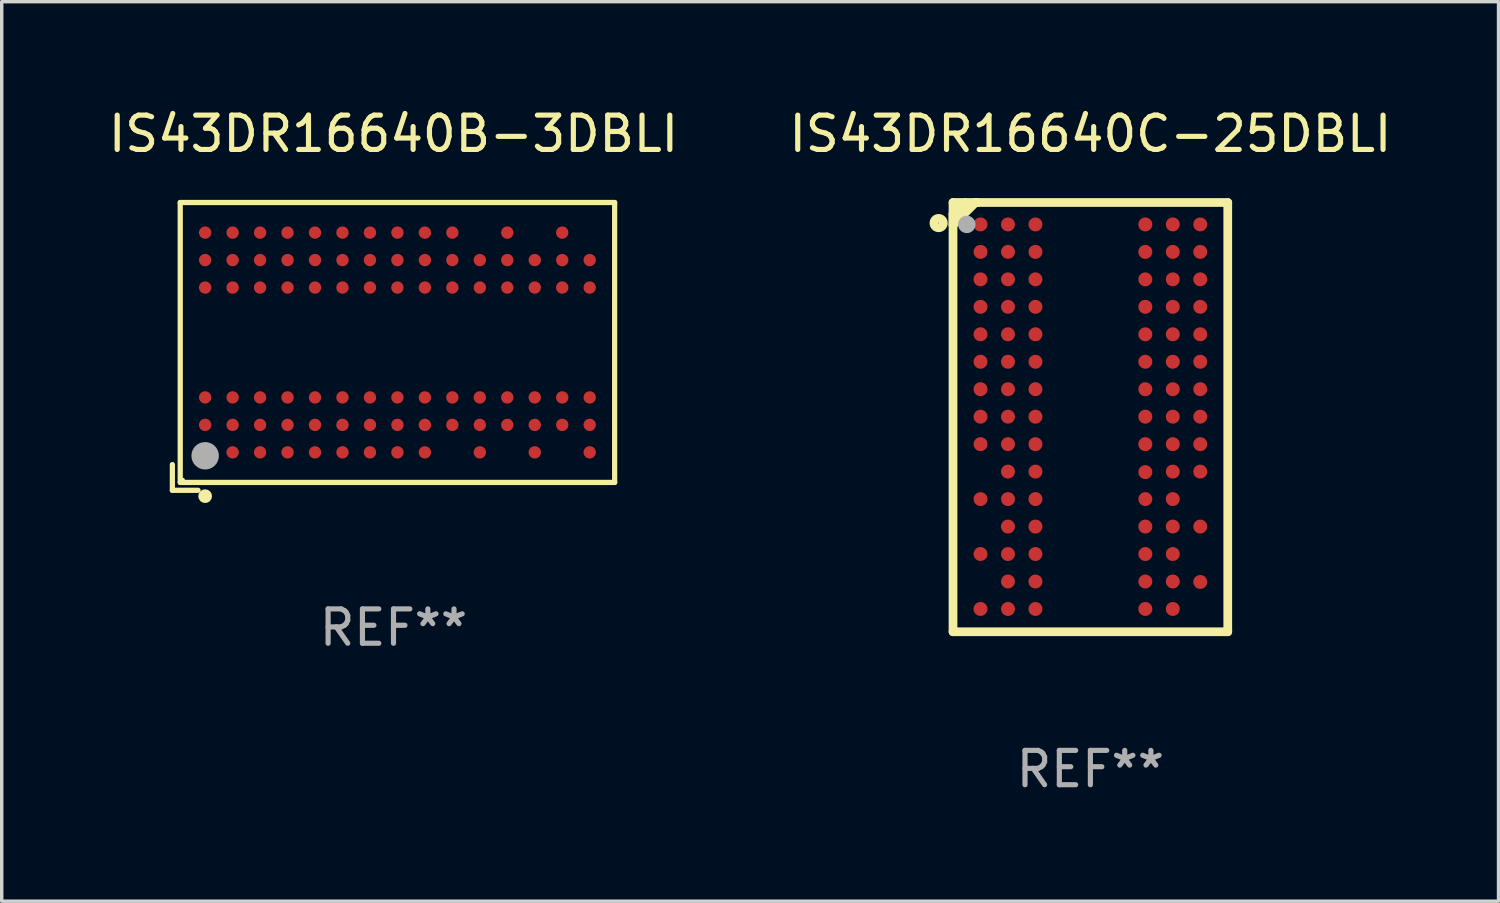
<source format=kicad_pcb>
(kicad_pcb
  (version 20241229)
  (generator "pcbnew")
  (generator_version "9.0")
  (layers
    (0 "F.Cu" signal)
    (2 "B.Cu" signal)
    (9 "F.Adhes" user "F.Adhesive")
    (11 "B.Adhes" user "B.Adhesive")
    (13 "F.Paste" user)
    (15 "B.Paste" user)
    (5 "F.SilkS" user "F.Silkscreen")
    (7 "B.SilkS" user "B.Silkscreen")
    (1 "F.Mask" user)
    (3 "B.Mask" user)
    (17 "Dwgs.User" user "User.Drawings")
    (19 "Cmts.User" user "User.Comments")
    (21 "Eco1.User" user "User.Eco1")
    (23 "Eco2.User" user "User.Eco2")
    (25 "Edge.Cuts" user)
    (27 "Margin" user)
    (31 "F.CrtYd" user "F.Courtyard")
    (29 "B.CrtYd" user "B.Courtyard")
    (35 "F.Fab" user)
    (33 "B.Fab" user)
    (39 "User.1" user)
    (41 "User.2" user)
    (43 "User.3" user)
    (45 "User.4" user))
  (footprint "IS43DR16640C-25DBLI"
    (layer "F.Cu")
    (at 28.708 9.099)
    (property "Reference" "IS43DR16640C-25DBLI" (at 0 -8.251 0) (layer "F.SilkS") (effects (font (size 1 1) (thickness 0.15))))
    (attr through_hole)
    (fp_line (start -4.001 -6.251) (end -4.001 6.251) (stroke (width 0.254) (type solid)) (layer "F.SilkS"))
    (fp_line (start -4.001 -5.918) (end -3.981 -5.918) (stroke (width 0.254) (type solid)) (layer "F.SilkS"))
    (fp_line (start -4.001 -5.598) (end -4.001 -5.918) (stroke (width 0.254) (type solid)) (layer "F.SilkS"))
    (fp_line (start -4.001 6.251) (end 4.001 6.251) (stroke (width 0.254) (type solid)) (layer "F.SilkS"))
    (fp_line (start -3.981 -5.918) (end -3.647 -6.251) (stroke (width 0.254) (type solid)) (layer "F.SilkS"))
    (fp_line (start -3.347 -6.251) (end -4.001 -5.598) (stroke (width 0.254) (type solid)) (layer "F.SilkS"))
    (fp_line (start -3.291 -6.251) (end -3.347 -6.251) (stroke (width 0.254) (type solid)) (layer "F.SilkS"))
    (fp_line (start 4.001 -6.251) (end -4.001 -6.251) (stroke (width 0.254) (type solid)) (layer "F.SilkS"))
    (fp_line (start 4.001 6.251) (end 4.001 -6.251) (stroke (width 0.254) (type solid)) (layer "F.SilkS"))
    (fp_circle (center -4.42 -5.652) (end -4.283 -5.652) (stroke (width 0.254) (type solid)) (fill no) (layer "F.SilkS"))
    (fp_circle (center -4 -6.263) (end -3.97 -6.263) (stroke (width 0.06) (type solid)) (fill no) (layer "F.SilkS"))
    (fp_circle (center -3.6 -5.613) (end -3.473 -5.613) (stroke (width 0.254) (type solid)) (fill no) (layer "F.Fab"))
    (fp_text user "REF**" (at 0 10.251 0) (layer "F.Fab") (effects (font (size 1 1) (thickness 0.15))))
    (pad "A1" smd circle (at -3.2 -5.613) (size 0.406 0.406) (layers "F.Cu" "F.Mask" "F.Paste"))
    (pad "A2" smd circle (at -2.4 -5.613) (size 0.406 0.406) (layers "F.Cu" "F.Mask" "F.Paste"))
    (pad "A3" smd circle (at -1.6 -5.613) (size 0.406 0.406) (layers "F.Cu" "F.Mask" "F.Paste"))
    (pad "A7" smd circle (at 1.6 -5.613) (size 0.406 0.406) (layers "F.Cu" "F.Mask" "F.Paste"))
    (pad "A8" smd circle (at 2.4 -5.613) (size 0.406 0.406) (layers "F.Cu" "F.Mask" "F.Paste"))
    (pad "A9" smd circle (at 3.2 -5.613) (size 0.406 0.406) (layers "F.Cu" "F.Mask" "F.Paste"))
    (pad "B1" smd circle (at -3.2 -4.813) (size 0.406 0.406) (layers "F.Cu" "F.Mask" "F.Paste"))
    (pad "B2" smd circle (at -2.4 -4.813) (size 0.406 0.406) (layers "F.Cu" "F.Mask" "F.Paste"))
    (pad "B3" smd circle (at -1.6 -4.813) (size 0.406 0.406) (layers "F.Cu" "F.Mask" "F.Paste"))
    (pad "B7" smd circle (at 1.6 -4.813) (size 0.406 0.406) (layers "F.Cu" "F.Mask" "F.Paste"))
    (pad "B8" smd circle (at 2.4 -4.813) (size 0.406 0.406) (layers "F.Cu" "F.Mask" "F.Paste"))
    (pad "B9" smd circle (at 3.2 -4.813) (size 0.406 0.406) (layers "F.Cu" "F.Mask" "F.Paste"))
    (pad "C1" smd circle (at -3.2 -4.013) (size 0.406 0.406) (layers "F.Cu" "F.Mask" "F.Paste"))
    (pad "C2" smd circle (at -2.4 -4.013) (size 0.406 0.406) (layers "F.Cu" "F.Mask" "F.Paste"))
    (pad "C3" smd circle (at -1.6 -4.013) (size 0.406 0.406) (layers "F.Cu" "F.Mask" "F.Paste"))
    (pad "C7" smd circle (at 1.6 -4.013) (size 0.406 0.406) (layers "F.Cu" "F.Mask" "F.Paste"))
    (pad "C8" smd circle (at 2.4 -4.013) (size 0.406 0.406) (layers "F.Cu" "F.Mask" "F.Paste"))
    (pad "C9" smd circle (at 3.2 -4.013) (size 0.406 0.406) (layers "F.Cu" "F.Mask" "F.Paste"))
    (pad "D1" smd circle (at -3.2 -3.213) (size 0.406 0.406) (layers "F.Cu" "F.Mask" "F.Paste"))
    (pad "D2" smd circle (at -2.4 -3.213) (size 0.406 0.406) (layers "F.Cu" "F.Mask" "F.Paste"))
    (pad "D3" smd circle (at -1.6 -3.213) (size 0.406 0.406) (layers "F.Cu" "F.Mask" "F.Paste"))
    (pad "D7" smd circle (at 1.6 -3.213) (size 0.406 0.406) (layers "F.Cu" "F.Mask" "F.Paste"))
    (pad "D8" smd circle (at 2.4 -3.213) (size 0.406 0.406) (layers "F.Cu" "F.Mask" "F.Paste"))
    (pad "D9" smd circle (at 3.2 -3.213) (size 0.406 0.406) (layers "F.Cu" "F.Mask" "F.Paste"))
    (pad "E1" smd circle (at -3.2 -2.413) (size 0.406 0.406) (layers "F.Cu" "F.Mask" "F.Paste"))
    (pad "E2" smd circle (at -2.4 -2.413) (size 0.406 0.406) (layers "F.Cu" "F.Mask" "F.Paste"))
    (pad "E3" smd circle (at -1.6 -2.413) (size 0.406 0.406) (layers "F.Cu" "F.Mask" "F.Paste"))
    (pad "E7" smd circle (at 1.6 -2.413) (size 0.406 0.406) (layers "F.Cu" "F.Mask" "F.Paste"))
    (pad "E8" smd circle (at 2.4 -2.413) (size 0.406 0.406) (layers "F.Cu" "F.Mask" "F.Paste"))
    (pad "E9" smd circle (at 3.2 -2.413) (size 0.406 0.406) (layers "F.Cu" "F.Mask" "F.Paste"))
    (pad "F1" smd circle (at -3.2 -1.613) (size 0.406 0.406) (layers "F.Cu" "F.Mask" "F.Paste"))
    (pad "F2" smd circle (at -2.4 -1.613) (size 0.406 0.406) (layers "F.Cu" "F.Mask" "F.Paste"))
    (pad "F3" smd circle (at -1.6 -1.613) (size 0.406 0.406) (layers "F.Cu" "F.Mask" "F.Paste"))
    (pad "F7" smd circle (at 1.6 -1.613) (size 0.406 0.406) (layers "F.Cu" "F.Mask" "F.Paste"))
    (pad "F8" smd circle (at 2.4 -1.613) (size 0.406 0.406) (layers "F.Cu" "F.Mask" "F.Paste"))
    (pad "F9" smd circle (at 3.2 -1.613) (size 0.406 0.406) (layers "F.Cu" "F.Mask" "F.Paste"))
    (pad "G1" smd circle (at -3.2 -0.813) (size 0.406 0.406) (layers "F.Cu" "F.Mask" "F.Paste"))
    (pad "G2" smd circle (at -2.4 -0.813) (size 0.406 0.406) (layers "F.Cu" "F.Mask" "F.Paste"))
    (pad "G3" smd circle (at -1.6 -0.813) (size 0.406 0.406) (layers "F.Cu" "F.Mask" "F.Paste"))
    (pad "G7" smd circle (at 1.6 -0.813) (size 0.406 0.406) (layers "F.Cu" "F.Mask" "F.Paste"))
    (pad "G8" smd circle (at 2.4 -0.813) (size 0.406 0.406) (layers "F.Cu" "F.Mask" "F.Paste"))
    (pad "G9" smd circle (at 3.2 -0.813) (size 0.406 0.406) (layers "F.Cu" "F.Mask" "F.Paste"))
    (pad "H1" smd circle (at -3.2 -0.013) (size 0.406 0.406) (layers "F.Cu" "F.Mask" "F.Paste"))
    (pad "H2" smd circle (at -2.4 -0.013) (size 0.406 0.406) (layers "F.Cu" "F.Mask" "F.Paste"))
    (pad "H3" smd circle (at -1.6 -0.013) (size 0.406 0.406) (layers "F.Cu" "F.Mask" "F.Paste"))
    (pad "H7" smd circle (at 1.6 -0.013) (size 0.406 0.406) (layers "F.Cu" "F.Mask" "F.Paste"))
    (pad "H8" smd circle (at 2.4 -0.013) (size 0.406 0.406) (layers "F.Cu" "F.Mask" "F.Paste"))
    (pad "H9" smd circle (at 3.2 -0.013) (size 0.406 0.406) (layers "F.Cu" "F.Mask" "F.Paste"))
    (pad "J1" smd circle (at -3.2 0.787) (size 0.406 0.406) (layers "F.Cu" "F.Mask" "F.Paste"))
    (pad "J2" smd circle (at -2.4 0.787) (size 0.406 0.406) (layers "F.Cu" "F.Mask" "F.Paste"))
    (pad "J3" smd circle (at -1.6 0.787) (size 0.406 0.406) (layers "F.Cu" "F.Mask" "F.Paste"))
    (pad "J7" smd circle (at 1.6 0.787) (size 0.406 0.406) (layers "F.Cu" "F.Mask" "F.Paste"))
    (pad "J8" smd circle (at 2.4 0.787) (size 0.406 0.406) (layers "F.Cu" "F.Mask" "F.Paste"))
    (pad "J9" smd circle (at 3.2 0.787) (size 0.406 0.406) (layers "F.Cu" "F.Mask" "F.Paste"))
    (pad "K2" smd circle (at -2.4 1.587) (size 0.406 0.406) (layers "F.Cu" "F.Mask" "F.Paste"))
    (pad "K3" smd circle (at -1.6 1.587) (size 0.406 0.406) (layers "F.Cu" "F.Mask" "F.Paste"))
    (pad "K7" smd circle (at 1.6 1.6) (size 0.406 0.406) (layers "F.Cu" "F.Mask" "F.Paste"))
    (pad "K8" smd circle (at 2.4 1.587) (size 0.406 0.406) (layers "F.Cu" "F.Mask" "F.Paste"))
    (pad "K9" smd circle (at 3.2 1.587) (size 0.406 0.406) (layers "F.Cu" "F.Mask" "F.Paste"))
    (pad "L1" smd circle (at -3.2 2.388) (size 0.406 0.406) (layers "F.Cu" "F.Mask" "F.Paste"))
    (pad "L2" smd circle (at -2.4 2.387) (size 0.406 0.406) (layers "F.Cu" "F.Mask" "F.Paste"))
    (pad "L3" smd circle (at -1.6 2.387) (size 0.406 0.406) (layers "F.Cu" "F.Mask" "F.Paste"))
    (pad "L7" smd circle (at 1.6 2.387) (size 0.406 0.406) (layers "F.Cu" "F.Mask" "F.Paste"))
    (pad "L8" smd circle (at 2.4 2.387) (size 0.406 0.406) (layers "F.Cu" "F.Mask" "F.Paste"))
    (pad "M2" smd circle (at -2.4 3.187) (size 0.406 0.406) (layers "F.Cu" "F.Mask" "F.Paste"))
    (pad "M3" smd circle (at -1.6 3.187) (size 0.406 0.406) (layers "F.Cu" "F.Mask" "F.Paste"))
    (pad "M7" smd circle (at 1.6 3.187) (size 0.406 0.406) (layers "F.Cu" "F.Mask" "F.Paste"))
    (pad "M8" smd circle (at 2.4 3.187) (size 0.406 0.406) (layers "F.Cu" "F.Mask" "F.Paste"))
    (pad "M9" smd circle (at 3.2 3.187) (size 0.406 0.406) (layers "F.Cu" "F.Mask" "F.Paste"))
    (pad "N1" smd circle (at -3.2 3.987) (size 0.406 0.406) (layers "F.Cu" "F.Mask" "F.Paste"))
    (pad "N2" smd circle (at -2.4 3.987) (size 0.406 0.406) (layers "F.Cu" "F.Mask" "F.Paste"))
    (pad "N3" smd circle (at -1.6 3.987) (size 0.406 0.406) (layers "F.Cu" "F.Mask" "F.Paste"))
    (pad "N7" smd circle (at 1.6 3.987) (size 0.406 0.406) (layers "F.Cu" "F.Mask" "F.Paste"))
    (pad "N8" smd circle (at 2.4 3.987) (size 0.406 0.406) (layers "F.Cu" "F.Mask" "F.Paste"))
    (pad "P2" smd circle (at -2.4 4.787) (size 0.406 0.406) (layers "F.Cu" "F.Mask" "F.Paste"))
    (pad "P3" smd circle (at -1.6 4.787) (size 0.406 0.406) (layers "F.Cu" "F.Mask" "F.Paste"))
    (pad "P7" smd circle (at 1.6 4.787) (size 0.406 0.406) (layers "F.Cu" "F.Mask" "F.Paste"))
    (pad "P8" smd circle (at 2.4 4.787) (size 0.406 0.406) (layers "F.Cu" "F.Mask" "F.Paste"))
    (pad "P9" smd circle (at 3.2 4.801) (size 0.406 0.406) (layers "F.Cu" "F.Mask" "F.Paste"))
    (pad "R1" smd circle (at -3.2 5.587) (size 0.406 0.406) (layers "F.Cu" "F.Mask" "F.Paste"))
    (pad "R2" smd circle (at -2.4 5.587) (size 0.406 0.406) (layers "F.Cu" "F.Mask" "F.Paste"))
    (pad "R3" smd circle (at -1.6 5.587) (size 0.406 0.406) (layers "F.Cu" "F.Mask" "F.Paste"))
    (pad "R7" smd circle (at 1.6 5.587) (size 0.406 0.406) (layers "F.Cu" "F.Mask" "F.Paste"))
    (pad "R8" smd circle (at 2.4 5.587) (size 0.406 0.406) (layers "F.Cu" "F.Mask" "F.Paste")))
  (footprint "IS43DR16640B-3DBLI"
    (layer "F.Cu")
    (at 8.411 7.039)
    (property "Reference" "IS43DR16640B-3DBLI" (at 0 -6.191 0) (layer "F.SilkS") (effects (font (size 1 1) (thickness 0.15))))
    (attr through_hole)
    (fp_line (start -6.441 3.442) (end -6.441 4.191) (stroke (width 0.152) (type solid)) (layer "F.SilkS"))
    (fp_line (start -6.441 4.191) (end -5.692 4.191) (stroke (width 0.152) (type solid)) (layer "F.SilkS"))
    (fp_line (start -6.212 -4.191) (end 6.441 -4.191) (stroke (width 0.152) (type solid)) (layer "F.SilkS"))
    (fp_line (start -6.212 3.962) (end -6.212 -4.191) (stroke (width 0.152) (type solid)) (layer "F.SilkS"))
    (fp_line (start 6.441 -4.191) (end 6.441 3.962) (stroke (width 0.152) (type solid)) (layer "F.SilkS"))
    (fp_line (start 6.441 3.962) (end -6.212 3.962) (stroke (width 0.152) (type solid)) (layer "F.SilkS"))
    (fp_circle (center -6.136 3.886) (end -6.106 3.886) (stroke (width 0.06) (type solid)) (fill no) (layer "F.SilkS"))
    (fp_circle (center -5.486 4.362) (end -5.386 4.362) (stroke (width 0.2) (type solid)) (fill no) (layer "F.SilkS"))
    (fp_circle (center -5.486 3.186) (end -5.286 3.186) (stroke (width 0.4) (type solid)) (fill no) (layer "F.Fab"))
    (fp_text user "REF**" (at 0 8.191 0) (layer "F.Fab") (effects (font (size 1 1) (thickness 0.15))))
    (pad "A1" smd circle (at -5.486 3.086) (size 0.36 0.36) (layers "F.Cu" "F.Mask" "F.Paste"))
    (pad "A2" smd circle (at -5.486 2.286) (size 0.36 0.36) (layers "F.Cu" "F.Mask" "F.Paste"))
    (pad "A3" smd circle (at -5.486 1.486) (size 0.36 0.36) (layers "F.Cu" "F.Mask" "F.Paste"))
    (pad "A7" smd circle (at -5.486 -1.714) (size 0.36 0.36) (layers "F.Cu" "F.Mask" "F.Paste"))
    (pad "A8" smd circle (at -5.486 -2.514) (size 0.36 0.36) (layers "F.Cu" "F.Mask" "F.Paste"))
    (pad "A9" smd circle (at -5.486 -3.314) (size 0.36 0.36) (layers "F.Cu" "F.Mask" "F.Paste"))
    (pad "B1" smd circle (at -4.686 3.086) (size 0.36 0.36) (layers "F.Cu" "F.Mask" "F.Paste"))
    (pad "B2" smd circle (at -4.686 2.286) (size 0.36 0.36) (layers "F.Cu" "F.Mask" "F.Paste"))
    (pad "B3" smd circle (at -4.686 1.486) (size 0.36 0.36) (layers "F.Cu" "F.Mask" "F.Paste"))
    (pad "B7" smd circle (at -4.686 -1.714) (size 0.36 0.36) (layers "F.Cu" "F.Mask" "F.Paste"))
    (pad "B8" smd circle (at -4.686 -2.514) (size 0.36 0.36) (layers "F.Cu" "F.Mask" "F.Paste"))
    (pad "B9" smd circle (at -4.686 -3.314) (size 0.36 0.36) (layers "F.Cu" "F.Mask" "F.Paste"))
    (pad "C1" smd circle (at -3.886 3.086) (size 0.36 0.36) (layers "F.Cu" "F.Mask" "F.Paste"))
    (pad "C2" smd circle (at -3.886 2.286) (size 0.36 0.36) (layers "F.Cu" "F.Mask" "F.Paste"))
    (pad "C3" smd circle (at -3.886 1.486) (size 0.36 0.36) (layers "F.Cu" "F.Mask" "F.Paste"))
    (pad "C7" smd circle (at -3.886 -1.714) (size 0.36 0.36) (layers "F.Cu" "F.Mask" "F.Paste"))
    (pad "C8" smd circle (at -3.886 -2.514) (size 0.36 0.36) (layers "F.Cu" "F.Mask" "F.Paste"))
    (pad "C9" smd circle (at -3.886 -3.314) (size 0.36 0.36) (layers "F.Cu" "F.Mask" "F.Paste"))
    (pad "D1" smd circle (at -3.086 3.086) (size 0.36 0.36) (layers "F.Cu" "F.Mask" "F.Paste"))
    (pad "D2" smd circle (at -3.086 2.286) (size 0.36 0.36) (layers "F.Cu" "F.Mask" "F.Paste"))
    (pad "D3" smd circle (at -3.086 1.486) (size 0.36 0.36) (layers "F.Cu" "F.Mask" "F.Paste"))
    (pad "D7" smd circle (at -3.086 -1.714) (size 0.36 0.36) (layers "F.Cu" "F.Mask" "F.Paste"))
    (pad "D8" smd circle (at -3.086 -2.514) (size 0.36 0.36) (layers "F.Cu" "F.Mask" "F.Paste"))
    (pad "D9" smd circle (at -3.086 -3.314) (size 0.36 0.36) (layers "F.Cu" "F.Mask" "F.Paste"))
    (pad "E1" smd circle (at -2.286 3.086) (size 0.36 0.36) (layers "F.Cu" "F.Mask" "F.Paste"))
    (pad "E2" smd circle (at -2.286 2.286) (size 0.36 0.36) (layers "F.Cu" "F.Mask" "F.Paste"))
    (pad "E3" smd circle (at -2.286 1.486) (size 0.36 0.36) (layers "F.Cu" "F.Mask" "F.Paste"))
    (pad "E7" smd circle (at -2.286 -1.714) (size 0.36 0.36) (layers "F.Cu" "F.Mask" "F.Paste"))
    (pad "E8" smd circle (at -2.286 -2.514) (size 0.36 0.36) (layers "F.Cu" "F.Mask" "F.Paste"))
    (pad "E9" smd circle (at -2.286 -3.314) (size 0.36 0.36) (layers "F.Cu" "F.Mask" "F.Paste"))
    (pad "F1" smd circle (at -1.486 3.086) (size 0.36 0.36) (layers "F.Cu" "F.Mask" "F.Paste"))
    (pad "F2" smd circle (at -1.486 2.286) (size 0.36 0.36) (layers "F.Cu" "F.Mask" "F.Paste"))
    (pad "F3" smd circle (at -1.486 1.486) (size 0.36 0.36) (layers "F.Cu" "F.Mask" "F.Paste"))
    (pad "F7" smd circle (at -1.486 -1.714) (size 0.36 0.36) (layers "F.Cu" "F.Mask" "F.Paste"))
    (pad "F8" smd circle (at -1.486 -2.514) (size 0.36 0.36) (layers "F.Cu" "F.Mask" "F.Paste"))
    (pad "F9" smd circle (at -1.486 -3.314) (size 0.36 0.36) (layers "F.Cu" "F.Mask" "F.Paste"))
    (pad "G1" smd circle (at -0.686 3.086) (size 0.36 0.36) (layers "F.Cu" "F.Mask" "F.Paste"))
    (pad "G2" smd circle (at -0.686 2.286) (size 0.36 0.36) (layers "F.Cu" "F.Mask" "F.Paste"))
    (pad "G3" smd circle (at -0.686 1.486) (size 0.36 0.36) (layers "F.Cu" "F.Mask" "F.Paste"))
    (pad "G7" smd circle (at -0.686 -1.714) (size 0.36 0.36) (layers "F.Cu" "F.Mask" "F.Paste"))
    (pad "G8" smd circle (at -0.686 -2.514) (size 0.36 0.36) (layers "F.Cu" "F.Mask" "F.Paste"))
    (pad "G9" smd circle (at -0.686 -3.314) (size 0.36 0.36) (layers "F.Cu" "F.Mask" "F.Paste"))
    (pad "H1" smd circle (at 0.114 3.086) (size 0.36 0.36) (layers "F.Cu" "F.Mask" "F.Paste"))
    (pad "H2" smd circle (at 0.114 2.286) (size 0.36 0.36) (layers "F.Cu" "F.Mask" "F.Paste"))
    (pad "H3" smd circle (at 0.114 1.486) (size 0.36 0.36) (layers "F.Cu" "F.Mask" "F.Paste"))
    (pad "H7" smd circle (at 0.114 -1.714) (size 0.36 0.36) (layers "F.Cu" "F.Mask" "F.Paste"))
    (pad "H8" smd circle (at 0.114 -2.514) (size 0.36 0.36) (layers "F.Cu" "F.Mask" "F.Paste"))
    (pad "H9" smd circle (at 0.114 -3.314) (size 0.36 0.36) (layers "F.Cu" "F.Mask" "F.Paste"))
    (pad "J1" smd circle (at 0.914 3.086) (size 0.36 0.36) (layers "F.Cu" "F.Mask" "F.Paste"))
    (pad "J2" smd circle (at 0.914 2.286) (size 0.36 0.36) (layers "F.Cu" "F.Mask" "F.Paste"))
    (pad "J3" smd circle (at 0.914 1.486) (size 0.36 0.36) (layers "F.Cu" "F.Mask" "F.Paste"))
    (pad "J7" smd circle (at 0.914 -1.714) (size 0.36 0.36) (layers "F.Cu" "F.Mask" "F.Paste"))
    (pad "J8" smd circle (at 0.914 -2.514) (size 0.36 0.36) (layers "F.Cu" "F.Mask" "F.Paste"))
    (pad "J9" smd circle (at 0.914 -3.314) (size 0.36 0.36) (layers "F.Cu" "F.Mask" "F.Paste"))
    (pad "K2" smd circle (at 1.714 2.286) (size 0.36 0.36) (layers "F.Cu" "F.Mask" "F.Paste"))
    (pad "K3" smd circle (at 1.714 1.486) (size 0.36 0.36) (layers "F.Cu" "F.Mask" "F.Paste"))
    (pad "K7" smd circle (at 1.714 -1.714) (size 0.36 0.36) (layers "F.Cu" "F.Mask" "F.Paste"))
    (pad "K8" smd circle (at 1.714 -2.514) (size 0.36 0.36) (layers "F.Cu" "F.Mask" "F.Paste"))
    (pad "K9" smd circle (at 1.714 -3.314) (size 0.36 0.36) (layers "F.Cu" "F.Mask" "F.Paste"))
    (pad "L1" smd circle (at 2.514 3.086) (size 0.36 0.36) (layers "F.Cu" "F.Mask" "F.Paste"))
    (pad "L2" smd circle (at 2.514 2.286) (size 0.36 0.36) (layers "F.Cu" "F.Mask" "F.Paste"))
    (pad "L3" smd circle (at 2.514 1.486) (size 0.36 0.36) (layers "F.Cu" "F.Mask" "F.Paste"))
    (pad "L7" smd circle (at 2.514 -1.714) (size 0.36 0.36) (layers "F.Cu" "F.Mask" "F.Paste"))
    (pad "L8" smd circle (at 2.514 -2.514) (size 0.36 0.36) (layers "F.Cu" "F.Mask" "F.Paste"))
    (pad "M2" smd circle (at 3.314 2.286) (size 0.36 0.36) (layers "F.Cu" "F.Mask" "F.Paste"))
    (pad "M3" smd circle (at 3.314 1.486) (size 0.36 0.36) (layers "F.Cu" "F.Mask" "F.Paste"))
    (pad "M7" smd circle (at 3.314 -1.714) (size 0.36 0.36) (layers "F.Cu" "F.Mask" "F.Paste"))
    (pad "M8" smd circle (at 3.314 -2.514) (size 0.36 0.36) (layers "F.Cu" "F.Mask" "F.Paste"))
    (pad "M9" smd circle (at 3.314 -3.314) (size 0.36 0.36) (layers "F.Cu" "F.Mask" "F.Paste"))
    (pad "N1" smd circle (at 4.114 3.086) (size 0.36 0.36) (layers "F.Cu" "F.Mask" "F.Paste"))
    (pad "N2" smd circle (at 4.114 2.286) (size 0.36 0.36) (layers "F.Cu" "F.Mask" "F.Paste"))
    (pad "N3" smd circle (at 4.114 1.486) (size 0.36 0.36) (layers "F.Cu" "F.Mask" "F.Paste"))
    (pad "N7" smd circle (at 4.114 -1.714) (size 0.36 0.36) (layers "F.Cu" "F.Mask" "F.Paste"))
    (pad "N8" smd circle (at 4.114 -2.514) (size 0.36 0.36) (layers "F.Cu" "F.Mask" "F.Paste"))
    (pad "P2" smd circle (at 4.914 2.286) (size 0.36 0.36) (layers "F.Cu" "F.Mask" "F.Paste"))
    (pad "P3" smd circle (at 4.914 1.486) (size 0.36 0.36) (layers "F.Cu" "F.Mask" "F.Paste"))
    (pad "P7" smd circle (at 4.914 -1.714) (size 0.36 0.36) (layers "F.Cu" "F.Mask" "F.Paste"))
    (pad "P8" smd circle (at 4.914 -2.514) (size 0.36 0.36) (layers "F.Cu" "F.Mask" "F.Paste"))
    (pad "P9" smd circle (at 4.914 -3.314) (size 0.36 0.36) (layers "F.Cu" "F.Mask" "F.Paste"))
    (pad "R1" smd circle (at 5.714 3.086) (size 0.36 0.36) (layers "F.Cu" "F.Mask" "F.Paste"))
    (pad "R2" smd circle (at 5.714 2.286) (size 0.36 0.36) (layers "F.Cu" "F.Mask" "F.Paste"))
    (pad "R3" smd circle (at 5.714 1.486) (size 0.36 0.36) (layers "F.Cu" "F.Mask" "F.Paste"))
    (pad "R7" smd circle (at 5.714 -1.714) (size 0.36 0.36) (layers "F.Cu" "F.Mask" "F.Paste"))
    (pad "R8" smd circle (at 5.714 -2.514) (size 0.36 0.36) (layers "F.Cu" "F.Mask" "F.Paste")))
  (gr_rect
    (start -3 -3)
    (end 40.595 23.198)
    (stroke (width 0.1) (type default))
    (fill no)
    (layer "Edge.Cuts")))
</source>
